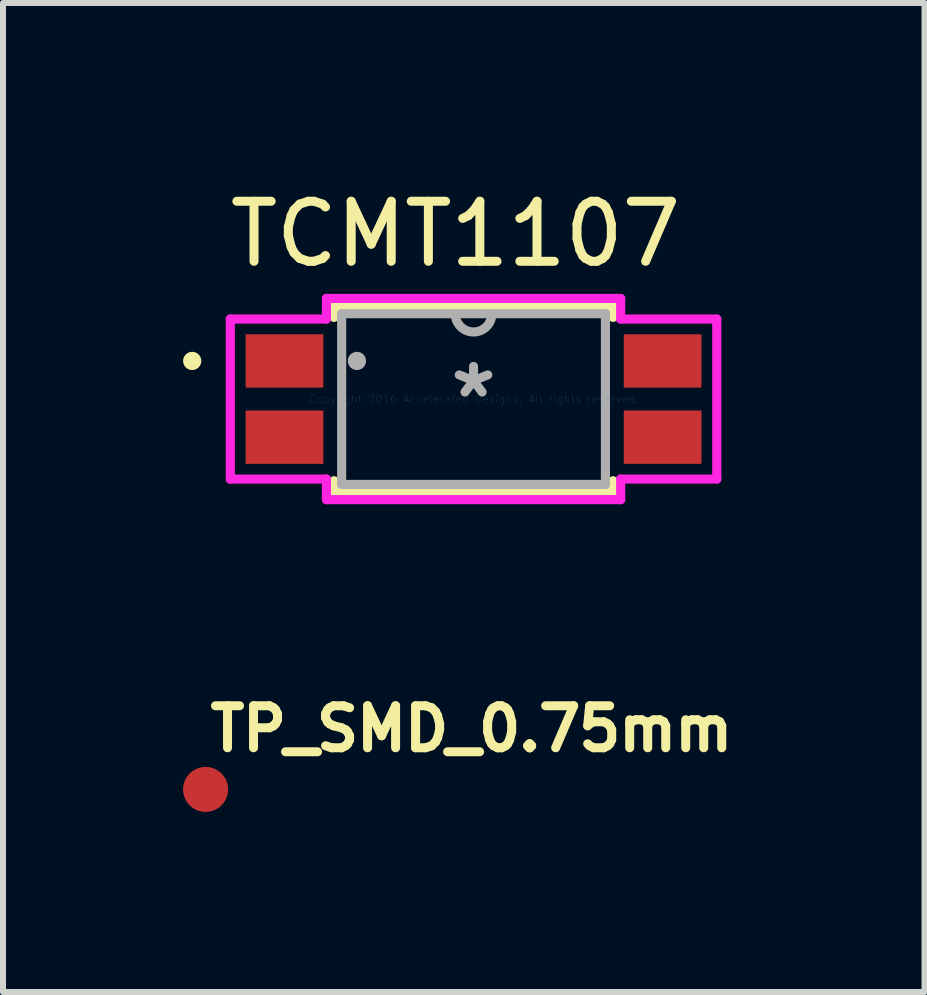
<source format=kicad_pcb>
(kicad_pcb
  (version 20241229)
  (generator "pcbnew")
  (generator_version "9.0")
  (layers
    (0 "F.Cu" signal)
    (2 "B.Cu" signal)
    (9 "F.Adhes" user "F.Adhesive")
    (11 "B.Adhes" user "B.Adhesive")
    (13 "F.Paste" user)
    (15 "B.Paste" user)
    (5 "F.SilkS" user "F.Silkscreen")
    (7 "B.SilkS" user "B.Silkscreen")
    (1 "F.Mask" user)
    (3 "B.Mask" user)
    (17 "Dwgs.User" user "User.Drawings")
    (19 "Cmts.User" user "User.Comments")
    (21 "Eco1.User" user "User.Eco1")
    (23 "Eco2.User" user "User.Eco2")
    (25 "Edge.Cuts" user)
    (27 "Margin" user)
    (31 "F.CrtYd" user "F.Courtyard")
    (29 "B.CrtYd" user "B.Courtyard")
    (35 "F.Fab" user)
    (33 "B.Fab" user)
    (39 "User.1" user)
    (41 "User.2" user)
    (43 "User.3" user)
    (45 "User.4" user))
  (footprint "TCMT1107"
    (layer "F.Cu")
    (at 4.839 3.598)
    (property "Reference" "TCMT1107" (at -0.3 -2.75 0) (layer "F.SilkS") (effects (font (size 1 1) (thickness 0.15))))
    (attr through_hole)
    (fp_line (start -2.324 -1.549) (end -2.324 -1.361) (stroke (width 0.152) (type solid)) (layer "F.SilkS"))
    (fp_line (start -2.324 1.361) (end -2.324 1.549) (stroke (width 0.152) (type solid)) (layer "F.SilkS"))
    (fp_line (start -2.324 1.549) (end 2.324 1.549) (stroke (width 0.152) (type solid)) (layer "F.SilkS"))
    (fp_line (start 2.324 -1.549) (end -2.324 -1.549) (stroke (width 0.152) (type solid)) (layer "F.SilkS"))
    (fp_line (start 2.324 -1.361) (end 2.324 -1.549) (stroke (width 0.152) (type solid)) (layer "F.SilkS"))
    (fp_line (start 2.324 1.549) (end 2.324 1.361) (stroke (width 0.152) (type solid)) (layer "F.SilkS"))
    (fp_circle (center -4.687 -0.635) (end -4.611 -0.635) (stroke (width 0.152) (type solid)) (fill no) (layer "F.SilkS"))
    (fp_line (start -4.052 -1.333) (end -2.451 -1.333) (stroke (width 0.152) (type solid)) (layer "F.CrtYd"))
    (fp_line (start -4.052 1.333) (end -4.052 -1.333) (stroke (width 0.152) (type solid)) (layer "F.CrtYd"))
    (fp_line (start -2.451 -1.676) (end 2.451 -1.676) (stroke (width 0.152) (type solid)) (layer "F.CrtYd"))
    (fp_line (start -2.451 -1.333) (end -2.451 -1.676) (stroke (width 0.152) (type solid)) (layer "F.CrtYd"))
    (fp_line (start -2.451 1.333) (end -4.052 1.333) (stroke (width 0.152) (type solid)) (layer "F.CrtYd"))
    (fp_line (start -2.451 1.676) (end -2.451 1.333) (stroke (width 0.152) (type solid)) (layer "F.CrtYd"))
    (fp_line (start 2.451 -1.676) (end 2.451 -1.333) (stroke (width 0.152) (type solid)) (layer "F.CrtYd"))
    (fp_line (start 2.451 -1.333) (end 4.052 -1.333) (stroke (width 0.152) (type solid)) (layer "F.CrtYd"))
    (fp_line (start 2.451 1.333) (end 2.451 1.676) (stroke (width 0.152) (type solid)) (layer "F.CrtYd"))
    (fp_line (start 2.451 1.676) (end -2.451 1.676) (stroke (width 0.152) (type solid)) (layer "F.CrtYd"))
    (fp_line (start 4.052 -1.333) (end 4.052 1.333) (stroke (width 0.152) (type solid)) (layer "F.CrtYd"))
    (fp_line (start 4.052 1.333) (end 2.451 1.333) (stroke (width 0.152) (type solid)) (layer "F.CrtYd"))
    (fp_line (start -2.197 -1.422) (end -2.197 1.422) (stroke (width 0.152) (type solid)) (layer "F.Fab"))
    (fp_line (start -2.197 1.422) (end 2.197 1.422) (stroke (width 0.152) (type solid)) (layer "F.Fab"))
    (fp_line (start 2.197 -1.422) (end -2.197 -1.422) (stroke (width 0.152) (type solid)) (layer "F.Fab"))
    (fp_line (start 2.197 1.422) (end 2.197 -1.422) (stroke (width 0.152) (type solid)) (layer "F.Fab"))
    (fp_arc (start 0.3048 -1.4224) (mid 0 -1.1176) (end -0.3048 -1.4224) (stroke (width 0.1524) (type solid)) (layer "F.Fab"))
    (fp_circle (center -1.943 -0.635) (end -1.867 -0.635) (stroke (width 0.152) (type solid)) (fill no) (layer "F.Fab"))
    (fp_text user "Copyright 2016 Accelerated Designs. All rights reserved." (at 0 0 0) (layer "Cmts.User") (effects (font (size 0.127 0.127) (thickness 0.002))))
    (fp_text user "*" (at 0 0 0) (layer "F.Fab") (effects (font (size 1 1) (thickness 0.15))))
    (pad "1" smd rect (at -3.15 -0.635) (size 1.295 0.889) (layers "F.Cu" "F.Mask" "F.Paste"))
    (pad "2" smd rect (at -3.15 0.635) (size 1.295 0.889) (layers "F.Cu" "F.Mask" "F.Paste"))
    (pad "3" smd rect (at 3.15 0.635) (size 1.295 0.889) (layers "F.Cu" "F.Mask" "F.Paste"))
    (pad "4" smd rect (at 3.15 -0.635) (size 1.295 0.889) (layers "F.Cu" "F.Mask" "F.Paste")))
  (footprint "TP_SMD_0.75mm"
    (layer "F.Cu")
    (at 0.375 10.101)
    (property "Reference" "TP_SMD_0.75mm" (at 0 -0.6 0) (layer "F.SilkS") (effects (font (size 0.7 0.7) (thickness 0.15)) (justify left bottom)))
    (attr exclude_from_pos_files exclude_from_bom)
    (pad "1" smd circle (at 0 0) (size 0.75 0.75) (layers "F.Cu" "F.Mask")))
  (gr_rect
    (start -3 -3)
    (end 12.352 13.476)
    (stroke (width 0.1) (type default))
    (fill no)
    (layer "Edge.Cuts")))
</source>
